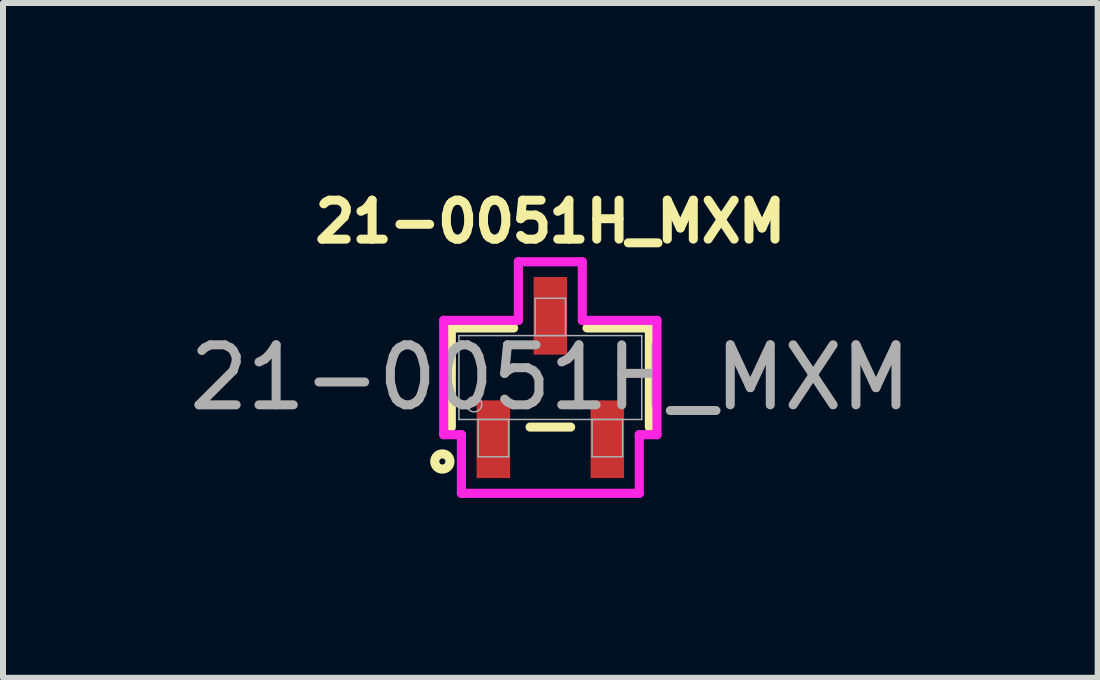
<source format=kicad_pcb>
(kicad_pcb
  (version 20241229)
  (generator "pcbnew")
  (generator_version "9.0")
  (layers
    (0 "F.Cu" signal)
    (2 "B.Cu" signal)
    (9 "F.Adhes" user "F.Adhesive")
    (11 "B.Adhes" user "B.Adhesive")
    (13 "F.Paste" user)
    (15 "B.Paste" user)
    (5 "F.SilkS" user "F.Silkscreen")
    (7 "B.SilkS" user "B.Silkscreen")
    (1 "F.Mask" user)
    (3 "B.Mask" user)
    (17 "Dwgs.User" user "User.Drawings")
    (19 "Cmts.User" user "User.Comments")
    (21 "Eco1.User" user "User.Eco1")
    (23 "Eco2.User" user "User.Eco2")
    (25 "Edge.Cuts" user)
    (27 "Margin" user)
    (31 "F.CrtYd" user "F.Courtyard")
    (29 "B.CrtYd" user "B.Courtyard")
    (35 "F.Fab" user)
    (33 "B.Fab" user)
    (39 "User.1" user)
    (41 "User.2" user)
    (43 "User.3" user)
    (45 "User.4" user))
  (footprint "21-0051H_MXM"
    (layer "F.Cu")
    (at 6.125 3.244)
    (property "Reference" "21-0051H_MXM" (at 0 -2.6 0) (unlocked yes) (layer "F.SilkS") (effects (font (size 0.65 0.65) (thickness 0.15))))
    (attr smd)
    (fp_line (start -1.651 -0.826) (end -1.651 0.826) (stroke (width 0.152) (type solid)) (layer "F.SilkS"))
    (fp_line (start -0.612 -0.826) (end -1.651 -0.826) (stroke (width 0.152) (type solid)) (layer "F.SilkS"))
    (fp_line (start -0.338 0.826) (end 0.338 0.826) (stroke (width 0.152) (type solid)) (layer "F.SilkS"))
    (fp_line (start 1.651 -0.826) (end 0.612 -0.826) (stroke (width 0.152) (type solid)) (layer "F.SilkS"))
    (fp_line (start 1.651 0.826) (end 1.651 -0.826) (stroke (width 0.152) (type solid)) (layer "F.SilkS"))
    (fp_circle (center -1.8 1.4) (end -1.673 1.4) (stroke (width 0.152) (type solid)) (fill no) (layer "F.SilkS"))
    (fp_line (start -1.778 -0.953) (end -0.533 -0.953) (stroke (width 0.152) (type solid)) (layer "F.CrtYd"))
    (fp_line (start -1.778 0.953) (end -1.778 -0.953) (stroke (width 0.152) (type solid)) (layer "F.CrtYd"))
    (fp_line (start -1.778 0.953) (end -1.483 0.953) (stroke (width 0.152) (type solid)) (layer "F.CrtYd"))
    (fp_line (start -1.483 0.953) (end -1.483 1.93) (stroke (width 0.152) (type solid)) (layer "F.CrtYd"))
    (fp_line (start -1.483 1.93) (end 1.483 1.93) (stroke (width 0.152) (type solid)) (layer "F.CrtYd"))
    (fp_line (start -0.533 -1.93) (end 0.533 -1.93) (stroke (width 0.152) (type solid)) (layer "F.CrtYd"))
    (fp_line (start -0.533 -0.953) (end -0.533 -1.93) (stroke (width 0.152) (type solid)) (layer "F.CrtYd"))
    (fp_line (start 0.533 -0.953) (end 0.533 -1.93) (stroke (width 0.152) (type solid)) (layer "F.CrtYd"))
    (fp_line (start 1.483 0.953) (end 1.483 1.93) (stroke (width 0.152) (type solid)) (layer "F.CrtYd"))
    (fp_line (start 1.778 -0.953) (end 0.533 -0.953) (stroke (width 0.152) (type solid)) (layer "F.CrtYd"))
    (fp_line (start 1.778 -0.953) (end 1.778 0.953) (stroke (width 0.152) (type solid)) (layer "F.CrtYd"))
    (fp_line (start 1.778 0.953) (end 1.483 0.953) (stroke (width 0.152) (type solid)) (layer "F.CrtYd"))
    (fp_line (start -1.524 -0.699) (end -1.524 0.699) (stroke (width 0.025) (type solid)) (layer "F.Fab"))
    (fp_line (start -1.524 0.699) (end 1.524 0.699) (stroke (width 0.025) (type solid)) (layer "F.Fab"))
    (fp_line (start -1.204 0.699) (end -1.204 1.321) (stroke (width 0.025) (type solid)) (layer "F.Fab"))
    (fp_line (start -1.204 1.321) (end -0.696 1.321) (stroke (width 0.025) (type solid)) (layer "F.Fab"))
    (fp_line (start -0.696 0.699) (end -1.204 0.699) (stroke (width 0.025) (type solid)) (layer "F.Fab"))
    (fp_line (start -0.696 1.321) (end -0.696 0.699) (stroke (width 0.025) (type solid)) (layer "F.Fab"))
    (fp_line (start -0.254 -1.321) (end -0.254 -0.699) (stroke (width 0.025) (type solid)) (layer "F.Fab"))
    (fp_line (start -0.254 -0.699) (end 0.254 -0.699) (stroke (width 0.025) (type solid)) (layer "F.Fab"))
    (fp_line (start 0.254 -1.321) (end -0.254 -1.321) (stroke (width 0.025) (type solid)) (layer "F.Fab"))
    (fp_line (start 0.254 -0.699) (end 0.254 -1.321) (stroke (width 0.025) (type solid)) (layer "F.Fab"))
    (fp_line (start 0.696 0.699) (end 0.696 1.321) (stroke (width 0.025) (type solid)) (layer "F.Fab"))
    (fp_line (start 0.696 1.321) (end 1.204 1.321) (stroke (width 0.025) (type solid)) (layer "F.Fab"))
    (fp_line (start 1.204 0.699) (end 0.696 0.699) (stroke (width 0.025) (type solid)) (layer "F.Fab"))
    (fp_line (start 1.204 1.321) (end 1.204 0.699) (stroke (width 0.025) (type solid)) (layer "F.Fab"))
    (fp_line (start 1.524 -0.699) (end -1.524 -0.699) (stroke (width 0.025) (type solid)) (layer "F.Fab"))
    (fp_line (start 1.524 0.699) (end 1.524 -0.699) (stroke (width 0.025) (type solid)) (layer "F.Fab"))
    (fp_circle (center -1.27 0.445) (end -1.143 0.445) (stroke (width 0.025) (type solid)) (fill no) (layer "F.Fab"))
    (fp_text user "${REFERENCE}" (at 0 0 0) (unlocked yes) (layer "F.Fab") (effects (font (size 1 1) (thickness 0.15))))
    (pad "1" smd rect (at -0.95 1.029) (size 0.559 1.295) (layers "F.Cu" "F.Mask" "F.Paste"))
    (pad "2" smd rect (at 0.95 1.029) (size 0.559 1.295) (layers "F.Cu" "F.Mask" "F.Paste"))
    (pad "3" smd rect (at 0 -1.029) (size 0.559 1.295) (layers "F.Cu" "F.Mask" "F.Paste")))
  (gr_rect
    (start -3 -3)
    (end 15.25 8.25)
    (stroke (width 0.1) (type default))
    (fill no)
    (layer "Edge.Cuts")))
</source>
